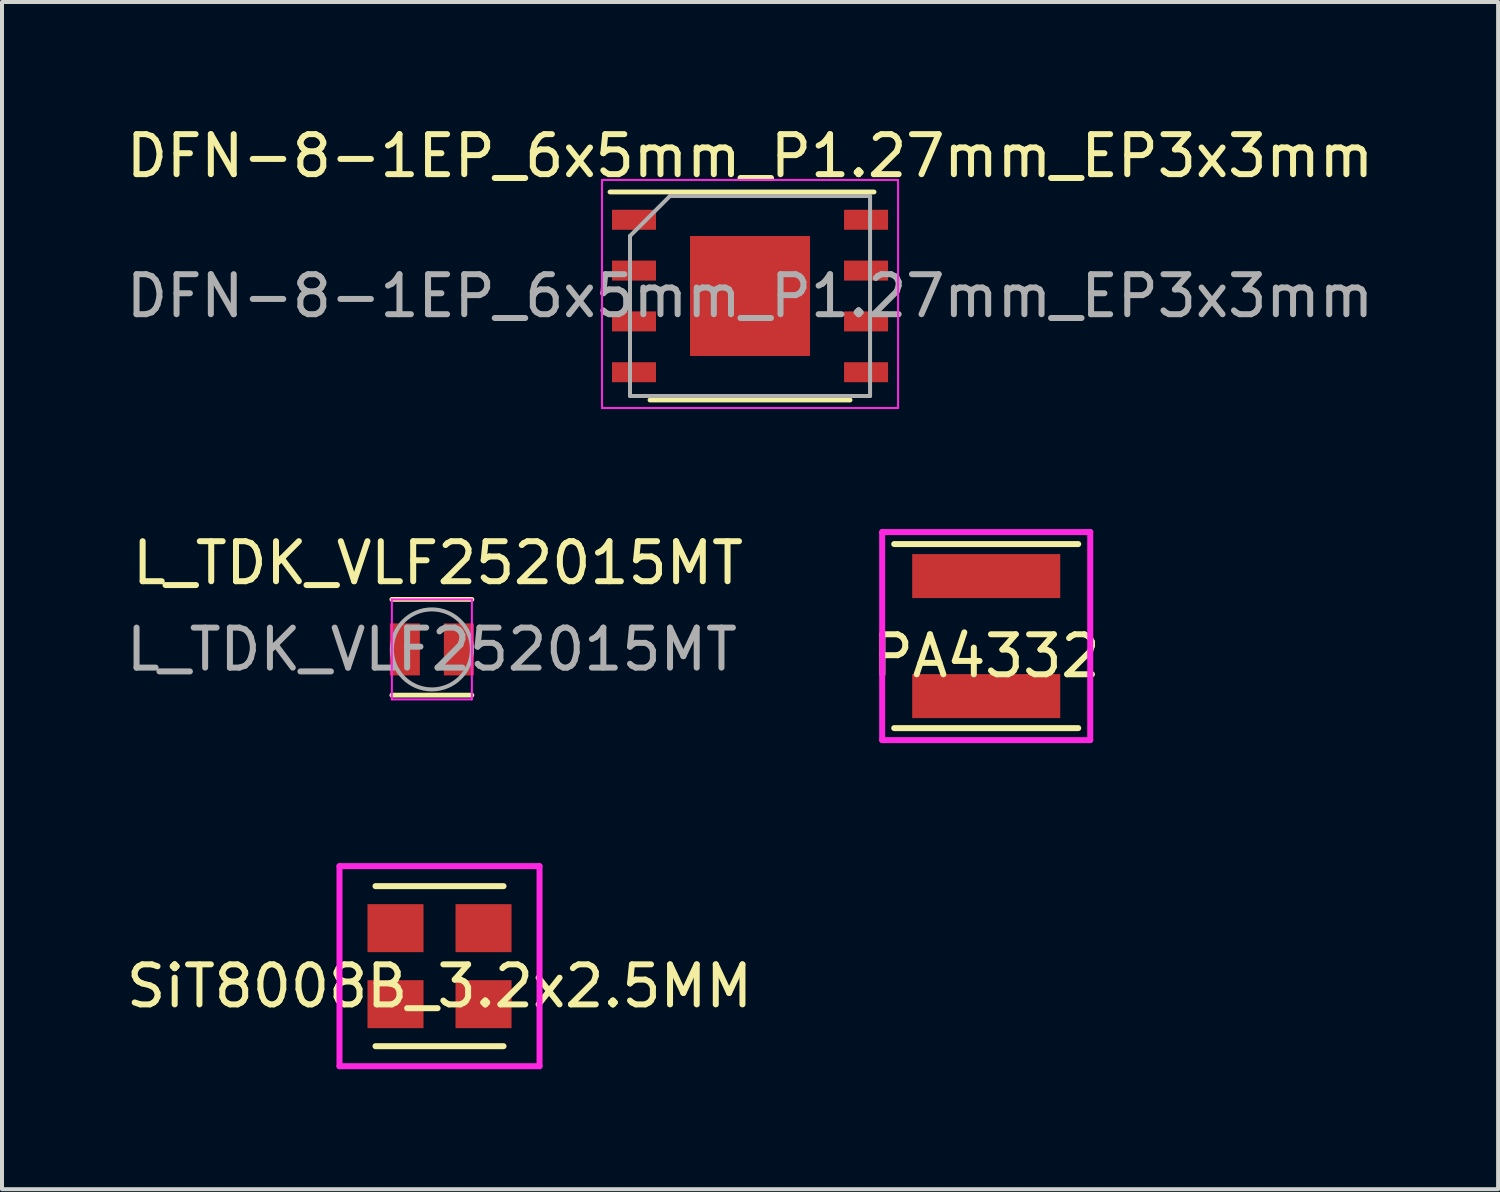
<source format=kicad_pcb>
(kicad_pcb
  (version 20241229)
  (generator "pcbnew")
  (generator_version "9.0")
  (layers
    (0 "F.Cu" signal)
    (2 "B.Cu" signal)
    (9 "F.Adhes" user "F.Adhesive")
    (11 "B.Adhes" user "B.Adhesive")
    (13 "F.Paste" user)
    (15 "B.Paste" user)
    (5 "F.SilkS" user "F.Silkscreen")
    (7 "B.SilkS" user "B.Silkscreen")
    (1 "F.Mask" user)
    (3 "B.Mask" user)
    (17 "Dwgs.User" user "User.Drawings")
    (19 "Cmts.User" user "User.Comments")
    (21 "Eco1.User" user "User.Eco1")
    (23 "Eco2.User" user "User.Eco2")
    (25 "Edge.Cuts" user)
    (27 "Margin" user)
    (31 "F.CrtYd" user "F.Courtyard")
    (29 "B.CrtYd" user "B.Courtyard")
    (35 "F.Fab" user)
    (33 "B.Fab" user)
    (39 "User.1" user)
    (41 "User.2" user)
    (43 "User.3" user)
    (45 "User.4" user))
  (footprint "L_TDK_VLF252015MT"
    (layer "F.Cu")
    (at 7.744 13.181)
    (property "Reference" "L_TDK_VLF252015MT" (at 0.152 -2.159 0) (layer "F.SilkS") (effects (font (size 1 1) (thickness 0.15))))
    (attr smd)
    (fp_line (start -1 -1.25) (end 1 -1.25) (stroke (width 0.12) (type solid)) (layer "F.SilkS"))
    (fp_line (start -1 1.143) (end 1 1.143) (stroke (width 0.12) (type solid)) (layer "F.SilkS"))
    (fp_line (start -1 -1.25) (end 1 -1.25) (stroke (width 0.05) (type solid)) (layer "F.CrtYd"))
    (fp_line (start -1 1.25) (end -1 -1.25) (stroke (width 0.05) (type solid)) (layer "F.CrtYd"))
    (fp_line (start -1 1.25) (end 1 1.25) (stroke (width 0.05) (type solid)) (layer "F.CrtYd"))
    (fp_line (start 1 1.25) (end 1 -1.25) (stroke (width 0.05) (type solid)) (layer "F.CrtYd"))
    (fp_circle (center 0 0) (end 1 0) (stroke (width 0.1) (type solid)) (fill no) (layer "F.Fab"))
    (fp_text user "${REFERENCE}" (at 0 0 0) (layer "F.Fab") (effects (font (size 1 1) (thickness 0.15))))
    (pad "1" smd rect (at -0.675 0) (size 0.75 1.3) (layers "F.Cu" "F.Mask" "F.Paste"))
    (pad "2" smd rect (at 0.675 0) (size 0.75 1.3) (layers "F.Cu" "F.Mask" "F.Paste")))
  (footprint "SiT8008B_3.2x2.5MM"
    (layer "F.Cu")
    (at 7.935 21.098)
    (property "Reference" "SiT8008B_3.2x2.5MM" (at 0 0.5 0) (layer "F.SilkS") (effects (font (size 1 1) (thickness 0.15))))
    (attr through_hole)
    (fp_line (start -1.6 -2) (end 1.6 -2) (stroke (width 0.15) (type solid)) (layer "F.SilkS"))
    (fp_line (start -1.6 2) (end 1.6 2) (stroke (width 0.15) (type solid)) (layer "F.SilkS"))
    (fp_line (start -2.5 -2.5) (end -2.5 2.5) (stroke (width 0.15) (type solid)) (layer "F.CrtYd"))
    (fp_line (start -2.5 2.5) (end 2.5 2.5) (stroke (width 0.15) (type solid)) (layer "F.CrtYd"))
    (fp_line (start 2.5 -2.5) (end -2.5 -2.5) (stroke (width 0.15) (type solid)) (layer "F.CrtYd"))
    (fp_line (start 2.5 2.5) (end 2.5 -2.5) (stroke (width 0.15) (type solid)) (layer "F.CrtYd"))
    (pad "1" smd rect (at 1.1 0.95) (size 1.4 1.2) (layers "F.Cu" "F.Mask" "F.Paste"))
    (pad "2" smd rect (at -1.1 0.95) (size 1.4 1.2) (layers "F.Cu" "F.Mask" "F.Paste"))
    (pad "3" smd rect (at -1.1 -0.95) (size 1.4 1.2) (layers "F.Cu" "F.Mask" "F.Paste"))
    (pad "4" smd rect (at 1.1 -0.95) (size 1.4 1.2) (layers "F.Cu" "F.Mask" "F.Paste")))
  (footprint "DFN-8-1EP_6x5mm_P1.27mm_EP3x3mm"
    (layer "F.Cu")
    (at 15.696 4.348)
    (property "Reference" "DFN-8-1EP_6x5mm_P1.27mm_EP3x3mm" (at 0 -3.5 0) (layer "F.SilkS") (effects (font (size 1 1) (thickness 0.15))))
    (attr smd)
    (fp_line (start -3.5 -2.6) (end 3.1 -2.6) (stroke (width 0.12) (type solid)) (layer "F.SilkS"))
    (fp_line (start -2.5 2.6) (end 2.5 2.6) (stroke (width 0.12) (type solid)) (layer "F.SilkS"))
    (fp_line (start -3.7 -2.9) (end 3.7 -2.9) (stroke (width 0.05) (type solid)) (layer "F.CrtYd"))
    (fp_line (start -3.7 2.8) (end -3.7 -2.9) (stroke (width 0.05) (type solid)) (layer "F.CrtYd"))
    (fp_line (start 3.7 -2.9) (end 3.7 2.8) (stroke (width 0.05) (type solid)) (layer "F.CrtYd"))
    (fp_line (start 3.7 2.8) (end -3.7 2.8) (stroke (width 0.05) (type solid)) (layer "F.CrtYd"))
    (fp_line (start -3 2.5) (end -3 -1.5) (stroke (width 0.1) (type solid)) (layer "F.Fab"))
    (fp_line (start -2 -2.5) (end -3 -1.5) (stroke (width 0.1) (type solid)) (layer "F.Fab"))
    (fp_line (start -2 -2.5) (end 3 -2.5) (stroke (width 0.1) (type solid)) (layer "F.Fab"))
    (fp_line (start 3 -2.5) (end 3 2.5) (stroke (width 0.1) (type solid)) (layer "F.Fab"))
    (fp_line (start 3 2.5) (end -3 2.5) (stroke (width 0.1) (type solid)) (layer "F.Fab"))
    (fp_text user "${REFERENCE}" (at 0 0 0) (layer "F.Fab") (effects (font (size 1 1) (thickness 0.15))))
    (pad "" smd rect (at -1 -1 270) (size 0.8 0.8) (layers "F.Paste"))
    (pad "" smd rect (at -1 0 270) (size 0.8 0.8) (layers "F.Paste"))
    (pad "" smd rect (at -1 1 270) (size 0.8 0.8) (layers "F.Paste"))
    (pad "" smd rect (at 0 -1 270) (size 0.8 0.8) (layers "F.Paste"))
    (pad "" smd rect (at 0 0 270) (size 0.8 0.8) (layers "F.Paste"))
    (pad "" smd rect (at 0 1 270) (size 0.8 0.8) (layers "F.Paste"))
    (pad "" smd rect (at 1 -1 270) (size 0.8 0.8) (layers "F.Paste"))
    (pad "" smd rect (at 1 0 270) (size 0.8 0.8) (layers "F.Paste"))
    (pad "" smd rect (at 1 1 270) (size 0.8 0.8) (layers "F.Paste"))
    (pad "1" smd rect (at -2.9 -1.905 270) (size 0.5 1.1) (layers "F.Cu" "F.Mask" "F.Paste"))
    (pad "2" smd rect (at -2.9 -0.635 270) (size 0.5 1.1) (layers "F.Cu" "F.Mask" "F.Paste"))
    (pad "3" smd rect (at -2.9 0.635 270) (size 0.5 1.1) (layers "F.Cu" "F.Mask" "F.Paste"))
    (pad "4" smd rect (at -2.9 1.905 270) (size 0.5 1.1) (layers "F.Cu" "F.Mask" "F.Paste"))
    (pad "5" smd rect (at 2.9 1.905 270) (size 0.5 1.1) (layers "F.Cu" "F.Mask" "F.Paste"))
    (pad "6" smd rect (at 2.9 0.635 270) (size 0.5 1.1) (layers "F.Cu" "F.Mask" "F.Paste"))
    (pad "7" smd rect (at 2.9 -0.635 270) (size 0.5 1.1) (layers "F.Cu" "F.Mask" "F.Paste"))
    (pad "8" smd rect (at 2.9 -1.905 270) (size 0.5 1.1) (layers "F.Cu" "F.Mask" "F.Paste"))
    (pad "9" smd rect (at 0 0 270) (size 3 3) (layers "F.Cu" "F.Mask")))
  (footprint "PA4332"
    (layer "F.Cu")
    (at 21.599 12.848)
    (property "Reference" "PA4332" (at 0 0.5 0) (layer "F.SilkS") (effects (font (size 1 1) (thickness 0.15))))
    (attr through_hole)
    (fp_line (start 2.3 -2.3) (end -2.3 -2.3) (stroke (width 0.15) (type solid)) (layer "F.SilkS"))
    (fp_line (start 2.3 2.3) (end -2.3 2.3) (stroke (width 0.15) (type solid)) (layer "F.SilkS"))
    (fp_line (start -2.6 -2.6) (end -2.6 2.6) (stroke (width 0.15) (type solid)) (layer "F.CrtYd"))
    (fp_line (start -2.6 -2.6) (end 2.6 -2.6) (stroke (width 0.15) (type solid)) (layer "F.CrtYd"))
    (fp_line (start -2.6 2.6) (end 2.6 2.6) (stroke (width 0.15) (type solid)) (layer "F.CrtYd"))
    (fp_line (start 2.6 2.6) (end 2.6 -2.6) (stroke (width 0.15) (type solid)) (layer "F.CrtYd"))
    (pad "1" smd rect (at 0 1.5) (size 3.7 1.1) (layers "F.Cu" "F.Mask" "F.Paste"))
    (pad "2" smd rect (at 0 -1.5) (size 3.7 1.1) (layers "F.Cu" "F.Mask" "F.Paste")))
  (gr_rect
    (start -3 -3)
    (end 34.393 26.673)
    (stroke (width 0.1) (type default))
    (fill no)
    (layer "Edge.Cuts")))
</source>
